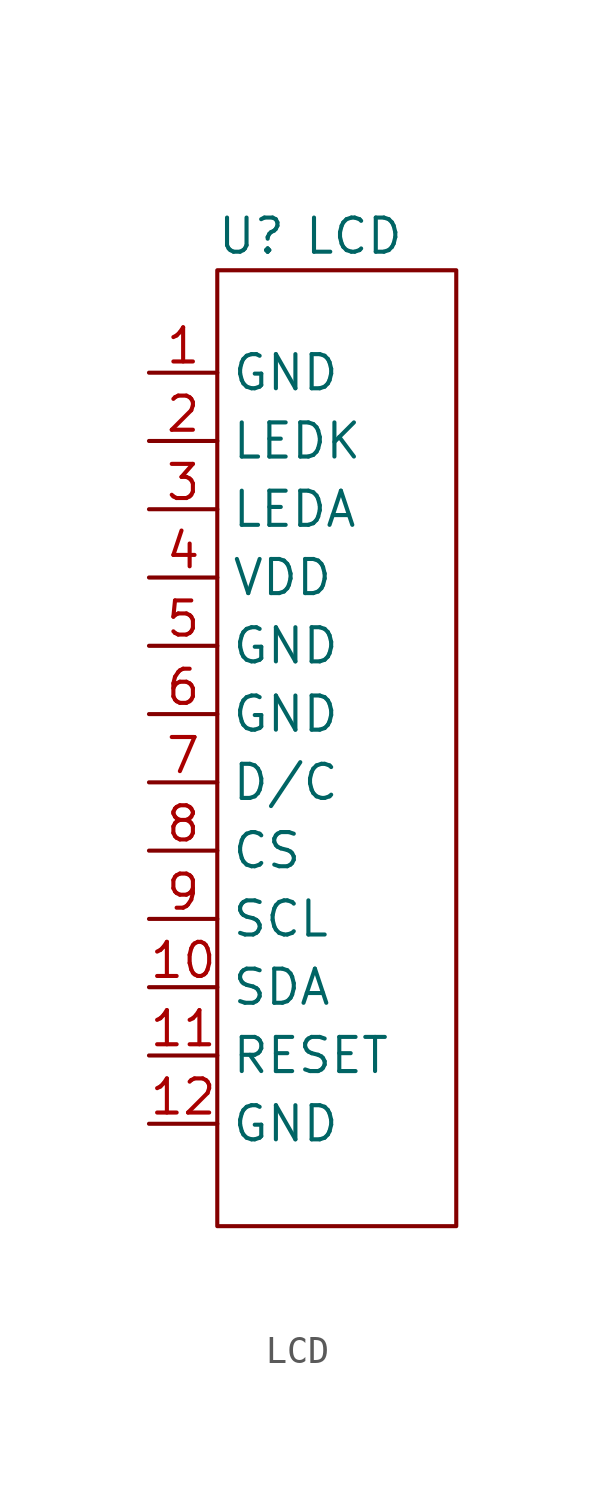
<source format=kicad_sym>
(kicad_symbol_lib
  (version 20211014)
  (generator kicad_symbol_editor)
  (symbol "LCD"
    (property "Reference" "U"
      (at 3.81 5.08 0)
      (effects (font (size 1.27 1.27))))
    (property "Value" "LCD"
      (at 7.62 5.08 0)
      (effects (font (size 1.27 1.27))))
    (symbol "LCD_0_0"
      (pin power_in line (at 0 0 0) (length 2.54) (name "GND" (effects (font (size 1.27 1.27)))) (number "1" (effects (font (size 1.27 1.27)))))
      (pin input line (at 0 -22.86 0) (length 2.54) (name "SDA" (effects (font (size 1.27 1.27)))) (number "10" (effects (font (size 1.27 1.27)))))
      (pin input line (at 0 -25.4 0) (length 2.54) (name "RESET" (effects (font (size 1.27 1.27)))) (number "11" (effects (font (size 1.27 1.27)))))
      (pin power_in line (at 0 -27.94 0) (length 2.54) (name "GND" (effects (font (size 1.27 1.27)))) (number "12" (effects (font (size 1.27 1.27)))))
      (pin free line (at 0 -2.54 0) (length 2.54) (name "LEDK" (effects (font (size 1.27 1.27)))) (number "2" (effects (font (size 1.27 1.27)))))
      (pin free line (at 0 -5.08 0) (length 2.54) (name "LEDA" (effects (font (size 1.27 1.27)))) (number "3" (effects (font (size 1.27 1.27)))))
      (pin power_in line (at 0 -7.62 0) (length 2.54) (name "VDD" (effects (font (size 1.27 1.27)))) (number "4" (effects (font (size 1.27 1.27)))))
      (pin power_in line (at 0 -10.16 0) (length 2.54) (name "GND" (effects (font (size 1.27 1.27)))) (number "5" (effects (font (size 1.27 1.27)))))
      (pin power_in line (at 0 -12.7 0) (length 2.54) (name "GND" (effects (font (size 1.27 1.27)))) (number "6" (effects (font (size 1.27 1.27)))))
      (pin input line (at 0 -15.24 0) (length 2.54) (name "D/C" (effects (font (size 1.27 1.27)))) (number "7" (effects (font (size 1.27 1.27)))))
      (pin input line (at 0 -17.78 0) (length 2.54) (name "CS" (effects (font (size 1.27 1.27)))) (number "8" (effects (font (size 1.27 1.27)))))
      (pin input line (at 0 -20.32 0) (length 2.54) (name "SCL" (effects (font (size 1.27 1.27)))) (number "9" (effects (font (size 1.27 1.27))))))
    (symbol "LCD_0_1"
      (rectangle (start 2.54 3.81) (end 11.43 -31.75) (stroke (width 0) (type default) (color 0 0 0 0)) (fill (type none))))))
</source>
